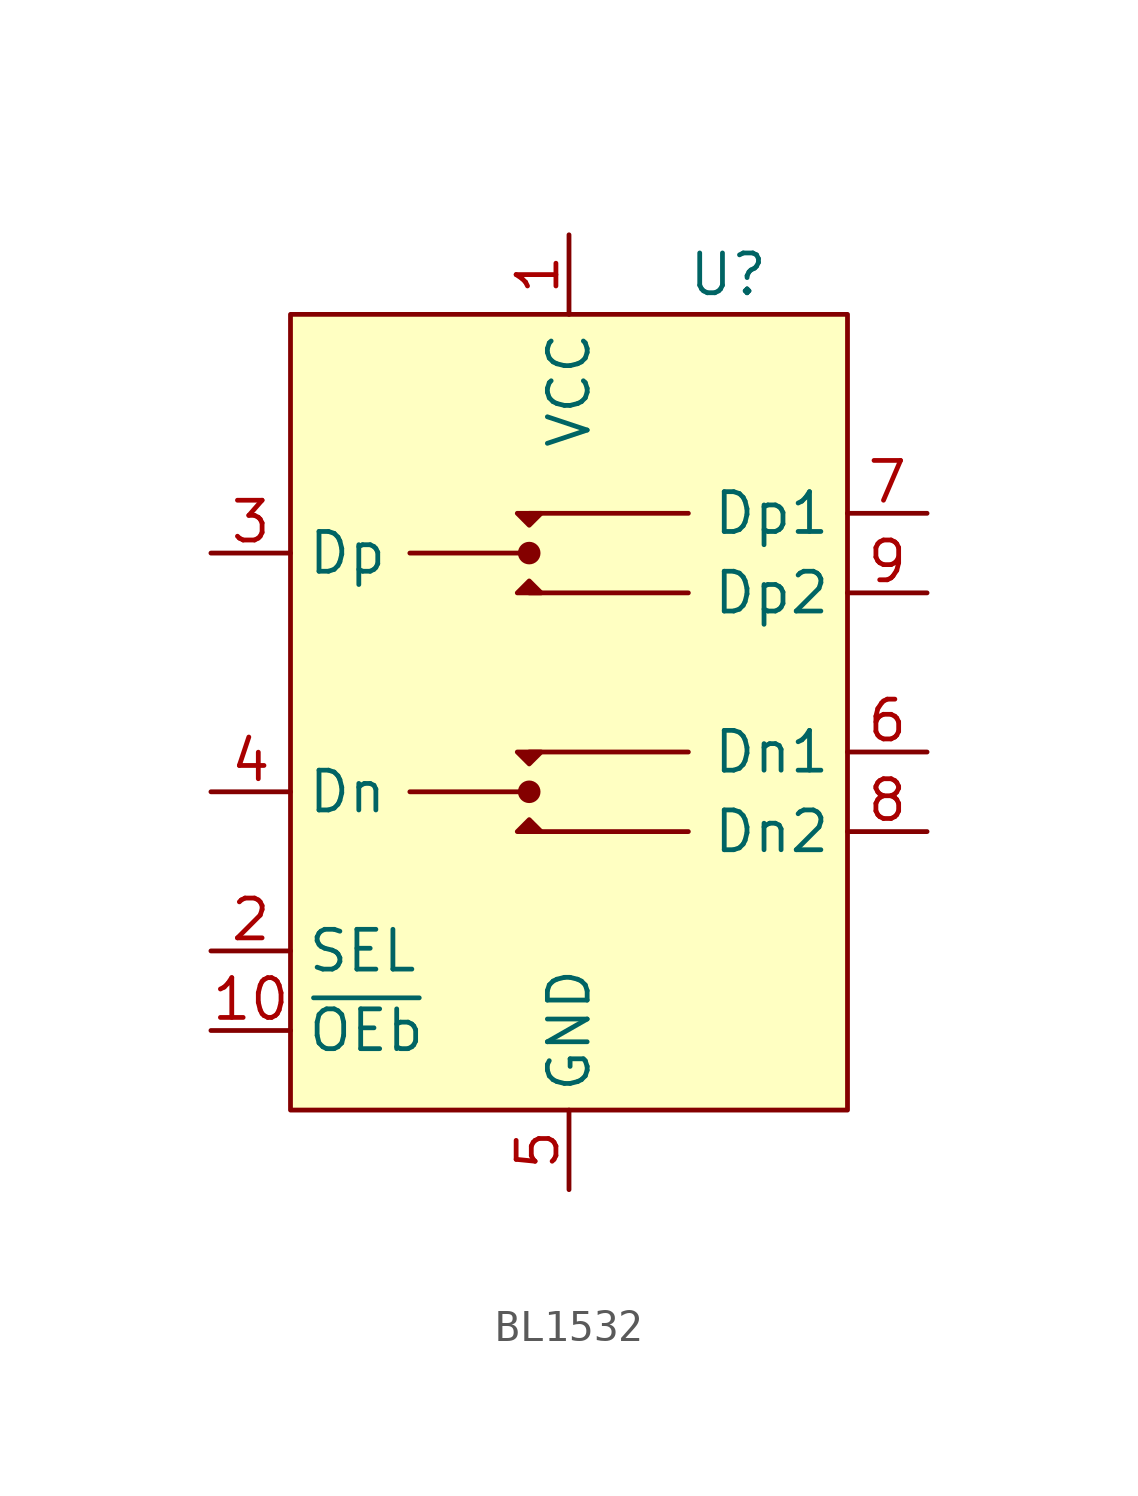
<source format=kicad_sym>
(kicad_symbol_lib
  (version 20220914)
  (generator kicad_symbol_editor)
  (symbol "BL1532"
    (property "Reference" "U"
      (at 5.08 13.97 0)
      (effects (font (size 1.27 1.27))))
    (property "Value" ""
      (at -8.89 10.16 0)
      (effects (font (size 1.27 1.27))))
    (symbol "BL1532_1_1"
      (rectangle (start -8.89 12.7) (end 8.89 -12.7) (stroke (width 0) (type default)) (fill (type background)))
      (circle (center -1.27 -2.54) (radius 0.284) (stroke (width 0) (type default)) (fill (type outline)))
      (circle (center -1.27 5.08) (radius 0.284) (stroke (width 0) (type default)) (fill (type outline)))
      (polyline (pts (xy -5.08 -2.54) (xy -1.27 -2.54)) (stroke (width 0) (type default)) (fill (type none)))
      (polyline (pts (xy -5.08 5.08) (xy -1.27 5.08)) (stroke (width 0) (type default)) (fill (type none)))
      (polyline (pts (xy -1.27 -3.81) (xy 3.81 -3.81)) (stroke (width 0) (type default)) (fill (type none)))
      (polyline (pts (xy -1.27 -1.27) (xy 3.81 -1.27)) (stroke (width 0) (type default)) (fill (type none)))
      (polyline (pts (xy -1.27 3.81) (xy 3.81 3.81)) (stroke (width 0) (type default)) (fill (type none)))
      (polyline (pts (xy -1.27 6.35) (xy 3.81 6.35)) (stroke (width 0) (type default)) (fill (type none)))
      (polyline (pts (xy -1.27 -3.429) (xy -0.889 -3.81) (xy -1.651 -3.81) (xy -1.27 -3.429)) (stroke (width 0) (type default)) (fill (type outline)))
      (polyline (pts (xy -1.27 -1.651) (xy -1.651 -1.27) (xy -0.889 -1.27) (xy -1.27 -1.651)) (stroke (width 0) (type default)) (fill (type outline)))
      (polyline (pts (xy -1.27 4.191) (xy -0.889 3.81) (xy -1.651 3.81) (xy -1.27 4.191)) (stroke (width 0) (type default)) (fill (type outline)))
      (polyline (pts (xy -1.27 5.969) (xy -1.651 6.35) (xy -0.889 6.35) (xy -1.27 5.969)) (stroke (width 0) (type default)) (fill (type outline)))
      (pin power_in line (at 0 15.24 270) (length 2.54) (name "VCC" (effects (font (size 1.27 1.27)))) (number "1" (effects (font (size 1.27 1.27)))))
      (pin input line (at -11.43 -10.16 0) (length 2.54) (name "~{OEb}" (effects (font (size 1.27 1.27)))) (number "10" (effects (font (size 1.27 1.27)))))
      (pin input line (at -11.43 -7.62 0) (length 2.54) (name "SEL" (effects (font (size 1.27 1.27)))) (number "2" (effects (font (size 1.27 1.27)))))
      (pin bidirectional line (at -11.43 5.08 0) (length 2.54) (name "Dp" (effects (font (size 1.27 1.27)))) (number "3" (effects (font (size 1.27 1.27)))))
      (pin bidirectional line (at -11.43 -2.54 0) (length 2.54) (name "Dn" (effects (font (size 1.27 1.27)))) (number "4" (effects (font (size 1.27 1.27)))))
      (pin power_in line (at 0 -15.24 90) (length 2.54) (name "GND" (effects (font (size 1.27 1.27)))) (number "5" (effects (font (size 1.27 1.27)))))
      (pin bidirectional line (at 11.43 -1.27 180) (length 2.54) (name "Dn1" (effects (font (size 1.27 1.27)))) (number "6" (effects (font (size 1.27 1.27)))))
      (pin bidirectional line (at 11.43 6.35 180) (length 2.54) (name "Dp1" (effects (font (size 1.27 1.27)))) (number "7" (effects (font (size 1.27 1.27)))))
      (pin bidirectional line (at 11.43 -3.81 180) (length 2.54) (name "Dn2" (effects (font (size 1.27 1.27)))) (number "8" (effects (font (size 1.27 1.27)))))
      (pin bidirectional line (at 11.43 3.81 180) (length 2.54) (name "Dp2" (effects (font (size 1.27 1.27)))) (number "9" (effects (font (size 1.27 1.27))))))))
</source>
